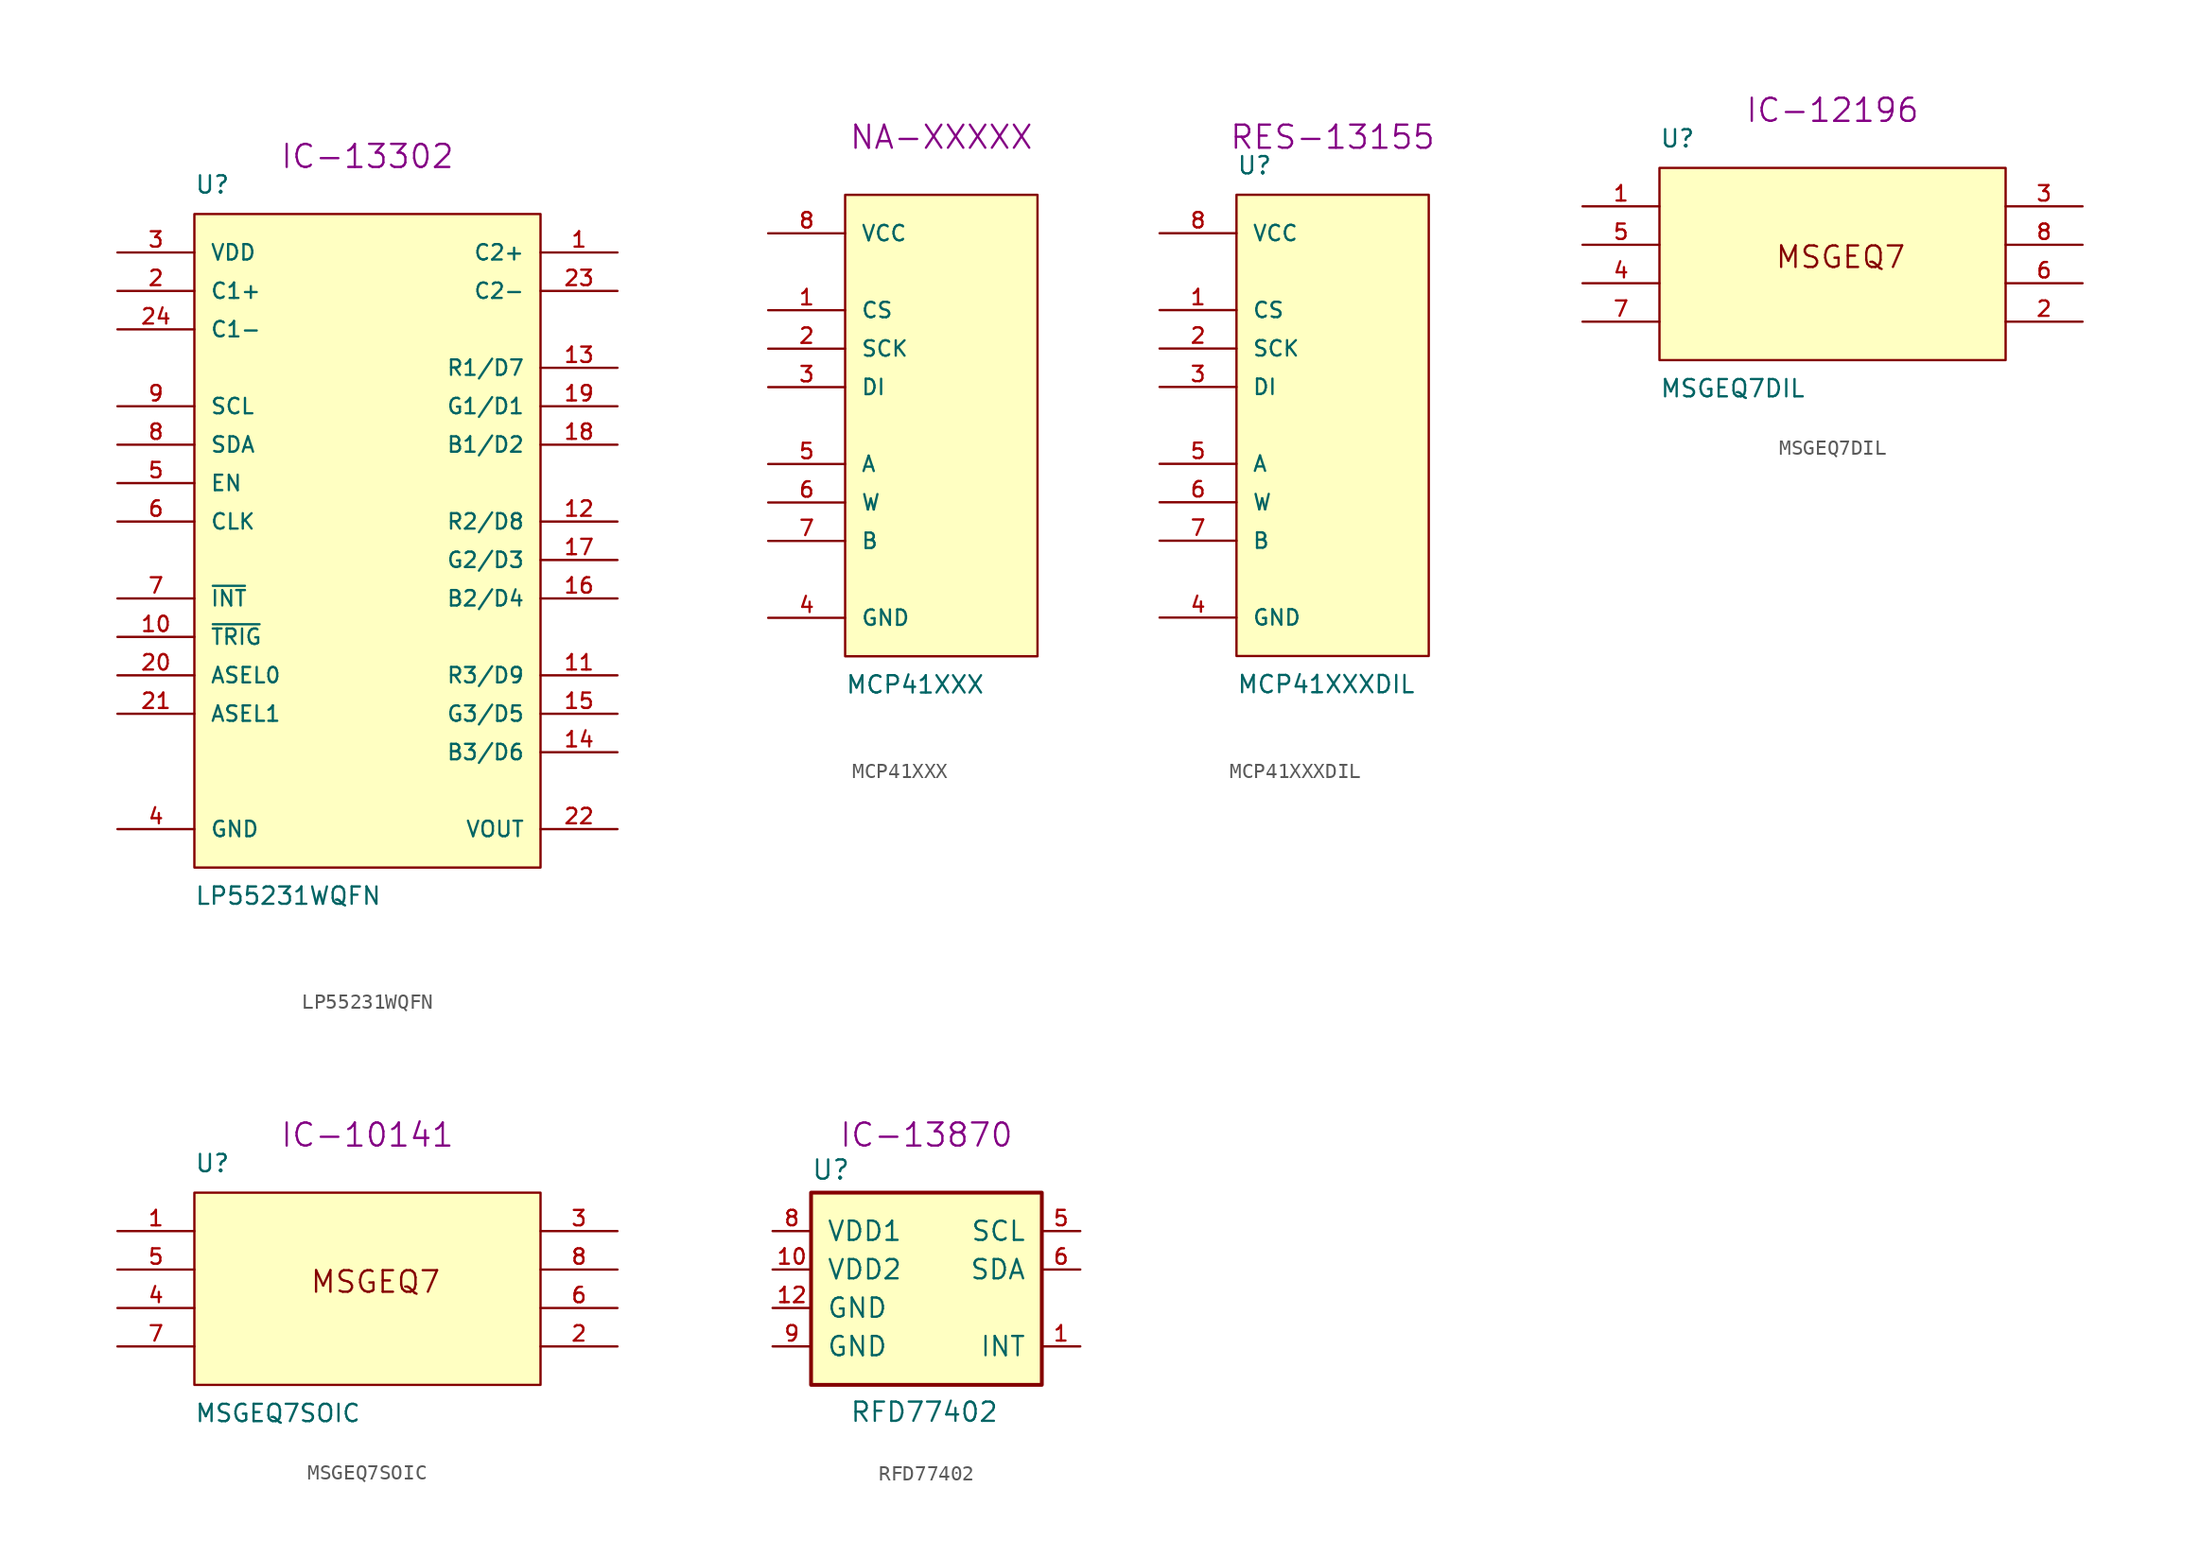
<source format=kicad_sym>
(kicad_symbol_lib
  (version 20220914)
  (generator kicad_symbol_editor)
  (symbol "LP55231WQFN"
    (pin_names
      (offset 1.016))
    (property "Reference" "U"
      (at -11.43 26.67 0)
      (effects (font (size 1.143 1.143)) (justify left bottom)))
    (property "Value" "LP55231WQFN"
      (at -11.43 -20.32 0)
      (effects (font (size 1.143 1.143)) (justify left bottom)))
    (property "Field4" "IC-13302"
      (at 0 29.21 0)
      (effects (font (size 1.524 1.524))))
    (property "ki_locked" ""
      (at 0 0 0)
      (effects (font (size 1.27 1.27))))
    (symbol "LP55231WQFN_1_1"
      (polyline (pts (xy -11.43 -17.78) (xy -11.43 25.4) (xy 11.43 25.4) (xy 11.43 -17.78) (xy -11.43 -17.78)) (stroke (width 0) (type solid)) (fill (type background)))
      (pin bidirectional line (at 16.51 22.86 180) (length 5.08) (name "C2+" (effects (font (size 1.016 1.016)))) (number "1" (effects (font (size 1.016 1.016)))))
      (pin bidirectional line (at -16.51 -2.54 0) (length 5.08) (name "~{TRIG}" (effects (font (size 1.016 1.016)))) (number "10" (effects (font (size 1.016 1.016)))))
      (pin bidirectional line (at 16.51 -5.08 180) (length 5.08) (name "R3/D9" (effects (font (size 1.016 1.016)))) (number "11" (effects (font (size 1.016 1.016)))))
      (pin bidirectional line (at 16.51 5.08 180) (length 5.08) (name "R2/D8" (effects (font (size 1.016 1.016)))) (number "12" (effects (font (size 1.016 1.016)))))
      (pin bidirectional line (at 16.51 15.24 180) (length 5.08) (name "R1/D7" (effects (font (size 1.016 1.016)))) (number "13" (effects (font (size 1.016 1.016)))))
      (pin bidirectional line (at 16.51 -10.16 180) (length 5.08) (name "B3/D6" (effects (font (size 1.016 1.016)))) (number "14" (effects (font (size 1.016 1.016)))))
      (pin bidirectional line (at 16.51 -7.62 180) (length 5.08) (name "G3/D5" (effects (font (size 1.016 1.016)))) (number "15" (effects (font (size 1.016 1.016)))))
      (pin bidirectional line (at 16.51 0 180) (length 5.08) (name "B2/D4" (effects (font (size 1.016 1.016)))) (number "16" (effects (font (size 1.016 1.016)))))
      (pin bidirectional line (at 16.51 2.54 180) (length 5.08) (name "G2/D3" (effects (font (size 1.016 1.016)))) (number "17" (effects (font (size 1.016 1.016)))))
      (pin bidirectional line (at 16.51 10.16 180) (length 5.08) (name "B1/D2" (effects (font (size 1.016 1.016)))) (number "18" (effects (font (size 1.016 1.016)))))
      (pin bidirectional line (at 16.51 12.7 180) (length 5.08) (name "G1/D1" (effects (font (size 1.016 1.016)))) (number "19" (effects (font (size 1.016 1.016)))))
      (pin bidirectional line (at -16.51 20.32 0) (length 5.08) (name "C1+" (effects (font (size 1.016 1.016)))) (number "2" (effects (font (size 1.016 1.016)))))
      (pin bidirectional line (at -16.51 -5.08 0) (length 5.08) (name "ASEL0" (effects (font (size 1.016 1.016)))) (number "20" (effects (font (size 1.016 1.016)))))
      (pin bidirectional line (at -16.51 -7.62 0) (length 5.08) (name "ASEL1" (effects (font (size 1.016 1.016)))) (number "21" (effects (font (size 1.016 1.016)))))
      (pin bidirectional line (at 16.51 -15.24 180) (length 5.08) (name "VOUT" (effects (font (size 1.016 1.016)))) (number "22" (effects (font (size 1.016 1.016)))))
      (pin bidirectional line (at 16.51 20.32 180) (length 5.08) (name "C2-" (effects (font (size 1.016 1.016)))) (number "23" (effects (font (size 1.016 1.016)))))
      (pin bidirectional line (at -16.51 17.78 0) (length 5.08) (name "C1-" (effects (font (size 1.016 1.016)))) (number "24" (effects (font (size 1.016 1.016)))))
      (pin bidirectional line (at -16.51 22.86 0) (length 5.08) (name "VDD" (effects (font (size 1.016 1.016)))) (number "3" (effects (font (size 1.016 1.016)))))
      (pin bidirectional line (at -16.51 -15.24 0) (length 5.08) (name "GND" (effects (font (size 1.016 1.016)))) (number "4" (effects (font (size 1.016 1.016)))))
      (pin bidirectional line (at -16.51 7.62 0) (length 5.08) (name "EN" (effects (font (size 1.016 1.016)))) (number "5" (effects (font (size 1.016 1.016)))))
      (pin bidirectional line (at -16.51 5.08 0) (length 5.08) (name "CLK" (effects (font (size 1.016 1.016)))) (number "6" (effects (font (size 1.016 1.016)))))
      (pin bidirectional line (at -16.51 0 0) (length 5.08) (name "~{INT}" (effects (font (size 1.016 1.016)))) (number "7" (effects (font (size 1.016 1.016)))))
      (pin bidirectional line (at -16.51 10.16 0) (length 5.08) (name "SDA" (effects (font (size 1.016 1.016)))) (number "8" (effects (font (size 1.016 1.016)))))
      (pin bidirectional line (at -16.51 12.7 0) (length 5.08) (name "SCL" (effects (font (size 1.016 1.016)))) (number "9" (effects (font (size 1.016 1.016)))))
      (pin bidirectional line (at -16.51 -15.24 0) (length 5.08) hide (name "GND" (effects (font (size 1.016 1.016)))) (number "EP" (effects (font (size 1.016 1.016)))))))
  (symbol "MCP41XXX"
    (pin_names
      (offset 1.016))
    (property "Reference" "U"
      (at -6.35 16.51 0)
      (effects (font (size 1.143 1.143)) (justify left bottom) hide))
    (property "Value" "MCP41XXX"
      (at -6.35 -17.78 0)
      (effects (font (size 1.143 1.143)) (justify left bottom)))
    (property "Field4" "NA-XXXXX"
      (at 0 19.05 0)
      (effects (font (size 1.524 1.524))))
    (property "ki_locked" ""
      (at 0 0 0)
      (effects (font (size 1.27 1.27))))
    (symbol "MCP41XXX_1_1"
      (polyline (pts (xy -6.35 15.24) (xy -6.35 -15.24) (xy 6.35 -15.24) (xy 6.35 15.24) (xy -6.35 15.24)) (stroke (width 0) (type solid)) (fill (type background)))
      (pin bidirectional line (at -11.43 7.62 0) (length 5.08) (name "CS" (effects (font (size 1.016 1.016)))) (number "1" (effects (font (size 1.016 1.016)))))
      (pin bidirectional line (at -11.43 5.08 0) (length 5.08) (name "SCK" (effects (font (size 1.016 1.016)))) (number "2" (effects (font (size 1.016 1.016)))))
      (pin bidirectional line (at -11.43 2.54 0) (length 5.08) (name "DI" (effects (font (size 1.016 1.016)))) (number "3" (effects (font (size 1.016 1.016)))))
      (pin bidirectional line (at -11.43 -12.7 0) (length 5.08) (name "GND" (effects (font (size 1.016 1.016)))) (number "4" (effects (font (size 1.016 1.016)))))
      (pin bidirectional line (at -11.43 -2.54 0) (length 5.08) (name "A" (effects (font (size 1.016 1.016)))) (number "5" (effects (font (size 1.016 1.016)))))
      (pin bidirectional line (at -11.43 -5.08 0) (length 5.08) (name "W" (effects (font (size 1.016 1.016)))) (number "6" (effects (font (size 1.016 1.016)))))
      (pin bidirectional line (at -11.43 -7.62 0) (length 5.08) (name "B" (effects (font (size 1.016 1.016)))) (number "7" (effects (font (size 1.016 1.016)))))
      (pin bidirectional line (at -11.43 12.7 0) (length 5.08) (name "VCC" (effects (font (size 1.016 1.016)))) (number "8" (effects (font (size 1.016 1.016)))))))
  (symbol "MCP41XXXDIL"
    (pin_names
      (offset 1.016))
    (property "Reference" "U"
      (at -6.35 16.51 0)
      (effects (font (size 1.143 1.143)) (justify left bottom)))
    (property "Value" "MCP41XXXDIL"
      (at -6.35 -17.78 0)
      (effects (font (size 1.143 1.143)) (justify left bottom)))
    (property "Field4" "RES-13155"
      (at 0 19.05 0)
      (effects (font (size 1.524 1.524))))
    (property "ki_locked" ""
      (at 0 0 0)
      (effects (font (size 1.27 1.27))))
    (symbol "MCP41XXXDIL_1_1"
      (polyline (pts (xy -6.35 15.24) (xy -6.35 -15.24) (xy 6.35 -15.24) (xy 6.35 15.24) (xy -6.35 15.24)) (stroke (width 0) (type solid)) (fill (type background)))
      (pin bidirectional line (at -11.43 7.62 0) (length 5.08) (name "CS" (effects (font (size 1.016 1.016)))) (number "1" (effects (font (size 1.016 1.016)))))
      (pin bidirectional line (at -11.43 5.08 0) (length 5.08) (name "SCK" (effects (font (size 1.016 1.016)))) (number "2" (effects (font (size 1.016 1.016)))))
      (pin bidirectional line (at -11.43 2.54 0) (length 5.08) (name "DI" (effects (font (size 1.016 1.016)))) (number "3" (effects (font (size 1.016 1.016)))))
      (pin bidirectional line (at -11.43 -12.7 0) (length 5.08) (name "GND" (effects (font (size 1.016 1.016)))) (number "4" (effects (font (size 1.016 1.016)))))
      (pin bidirectional line (at -11.43 -2.54 0) (length 5.08) (name "A" (effects (font (size 1.016 1.016)))) (number "5" (effects (font (size 1.016 1.016)))))
      (pin bidirectional line (at -11.43 -5.08 0) (length 5.08) (name "W" (effects (font (size 1.016 1.016)))) (number "6" (effects (font (size 1.016 1.016)))))
      (pin bidirectional line (at -11.43 -7.62 0) (length 5.08) (name "B" (effects (font (size 1.016 1.016)))) (number "7" (effects (font (size 1.016 1.016)))))
      (pin bidirectional line (at -11.43 12.7 0) (length 5.08) (name "VCC" (effects (font (size 1.016 1.016)))) (number "8" (effects (font (size 1.016 1.016)))))))
  (symbol "MSGEQ7DIL"
    (pin_names
      (offset 1.016) hide)
    (property "Reference" "U"
      (at -11.43 7.62 0)
      (effects (font (size 1.143 1.143)) (justify left bottom)))
    (property "Value" "MSGEQ7DIL"
      (at -11.43 -8.89 0)
      (effects (font (size 1.143 1.143)) (justify left bottom)))
    (property "Field4" "IC-12196"
      (at 0 10.16 0)
      (effects (font (size 1.524 1.524))))
    (property "ki_locked" ""
      (at 0 0 0)
      (effects (font (size 1.27 1.27))))
    (symbol "MSGEQ7DIL_1_0"
      (text "MSGEQ7" (at 0.533 0.457 0) (effects (font (size 1.422 1.422)))))
    (symbol "MSGEQ7DIL_1_1"
      (polyline (pts (xy -11.43 6.35) (xy 11.43 6.35) (xy 11.43 -6.35) (xy -11.43 -6.35) (xy -11.43 6.35)) (stroke (width 0) (type solid)) (fill (type background)))
      (pin input line (at -16.51 3.81 0) (length 5.08) (name "VDD" (effects (font (size 1.016 1.016)))) (number "1" (effects (font (size 1.016 1.016)))))
      (pin bidirectional line (at 16.51 -3.81 180) (length 5.08) (name "GND" (effects (font (size 1.016 1.016)))) (number "2" (effects (font (size 1.016 1.016)))))
      (pin bidirectional line (at 16.51 3.81 180) (length 5.08) (name "DCOUT" (effects (font (size 1.016 1.016)))) (number "3" (effects (font (size 1.016 1.016)))))
      (pin input line (at -16.51 -1.27 0) (length 5.08) (name "STROBE" (effects (font (size 1.016 1.016)))) (number "4" (effects (font (size 1.016 1.016)))))
      (pin input line (at -16.51 1.27 0) (length 5.08) (name "AUDIO_IN" (effects (font (size 1.016 1.016)))) (number "5" (effects (font (size 1.016 1.016)))))
      (pin bidirectional line (at 16.51 -1.27 180) (length 5.08) (name "CG" (effects (font (size 1.016 1.016)))) (number "6" (effects (font (size 1.016 1.016)))))
      (pin input line (at -16.51 -3.81 0) (length 5.08) (name "RESET" (effects (font (size 1.016 1.016)))) (number "7" (effects (font (size 1.016 1.016)))))
      (pin bidirectional line (at 16.51 1.27 180) (length 5.08) (name "CKIN" (effects (font (size 1.016 1.016)))) (number "8" (effects (font (size 1.016 1.016)))))))
  (symbol "MSGEQ7SOIC"
    (pin_names
      (offset 1.016) hide)
    (property "Reference" "U"
      (at -11.43 7.62 0)
      (effects (font (size 1.143 1.143)) (justify left bottom)))
    (property "Value" "MSGEQ7SOIC"
      (at -11.43 -8.89 0)
      (effects (font (size 1.143 1.143)) (justify left bottom)))
    (property "Field4" "IC-10141"
      (at 0 10.16 0)
      (effects (font (size 1.524 1.524))))
    (property "ki_locked" ""
      (at 0 0 0)
      (effects (font (size 1.27 1.27))))
    (symbol "MSGEQ7SOIC_1_0"
      (text "MSGEQ7" (at 0.533 0.457 0) (effects (font (size 1.422 1.422)))))
    (symbol "MSGEQ7SOIC_1_1"
      (polyline (pts (xy -11.43 6.35) (xy 11.43 6.35) (xy 11.43 -6.35) (xy -11.43 -6.35) (xy -11.43 6.35)) (stroke (width 0) (type solid)) (fill (type background)))
      (pin input line (at -16.51 3.81 0) (length 5.08) (name "VDD" (effects (font (size 1.016 1.016)))) (number "1" (effects (font (size 1.016 1.016)))))
      (pin bidirectional line (at 16.51 -3.81 180) (length 5.08) (name "GND" (effects (font (size 1.016 1.016)))) (number "2" (effects (font (size 1.016 1.016)))))
      (pin bidirectional line (at 16.51 3.81 180) (length 5.08) (name "DCOUT" (effects (font (size 1.016 1.016)))) (number "3" (effects (font (size 1.016 1.016)))))
      (pin input line (at -16.51 -1.27 0) (length 5.08) (name "STROBE" (effects (font (size 1.016 1.016)))) (number "4" (effects (font (size 1.016 1.016)))))
      (pin input line (at -16.51 1.27 0) (length 5.08) (name "AUDIO_IN" (effects (font (size 1.016 1.016)))) (number "5" (effects (font (size 1.016 1.016)))))
      (pin bidirectional line (at 16.51 -1.27 180) (length 5.08) (name "CG" (effects (font (size 1.016 1.016)))) (number "6" (effects (font (size 1.016 1.016)))))
      (pin input line (at -16.51 -3.81 0) (length 5.08) (name "RESET" (effects (font (size 1.016 1.016)))) (number "7" (effects (font (size 1.016 1.016)))))
      (pin bidirectional line (at 16.51 1.27 180) (length 5.08) (name "CKIN" (effects (font (size 1.016 1.016)))) (number "8" (effects (font (size 1.016 1.016)))))))
  (symbol "RFD77402"
    (pin_names
      (offset 1.016))
    (property "Reference" "U"
      (at -7.62 7.112 0)
      (effects (font (size 1.27 1.27)) (justify left bottom)))
    (property "Value" "RFD77402"
      (at -5.08 -8.89 0)
      (effects (font (size 1.27 1.27)) (justify left bottom)))
    (property "Field4" "IC-13870"
      (at 0 10.16 0)
      (effects (font (size 1.524 1.524))))
    (symbol "RFD77402_1_0"
      (rectangle (start -7.62 6.35) (end 7.62 -6.35) (stroke (width 0.254) (type solid)) (fill (type background))))
    (symbol "RFD77402_1_1"
      (pin bidirectional line (at 10.16 -3.81 180) (length 2.54) (name "INT" (effects (font (size 1.27 1.27)))) (number "1" (effects (font (size 1.016 1.016)))))
      (pin input line (at -10.16 1.27 0) (length 2.54) (name "VDD2" (effects (font (size 1.27 1.27)))) (number "10" (effects (font (size 1.016 1.016)))))
      (pin bidirectional line (at -10.16 -1.27 0) (length 2.54) (name "GND" (effects (font (size 1.27 1.27)))) (number "12" (effects (font (size 1.016 1.016)))))
      (pin bidirectional line (at 10.16 3.81 180) (length 2.54) (name "SCL" (effects (font (size 1.27 1.27)))) (number "5" (effects (font (size 1.016 1.016)))))
      (pin bidirectional line (at 10.16 1.27 180) (length 2.54) (name "SDA" (effects (font (size 1.27 1.27)))) (number "6" (effects (font (size 1.016 1.016)))))
      (pin bidirectional line (at -10.16 3.81 0) (length 2.54) (name "VDD1" (effects (font (size 1.27 1.27)))) (number "8" (effects (font (size 1.016 1.016)))))
      (pin bidirectional line (at -10.16 -3.81 0) (length 2.54) (name "GND" (effects (font (size 1.27 1.27)))) (number "9" (effects (font (size 1.016 1.016))))))))
</source>
